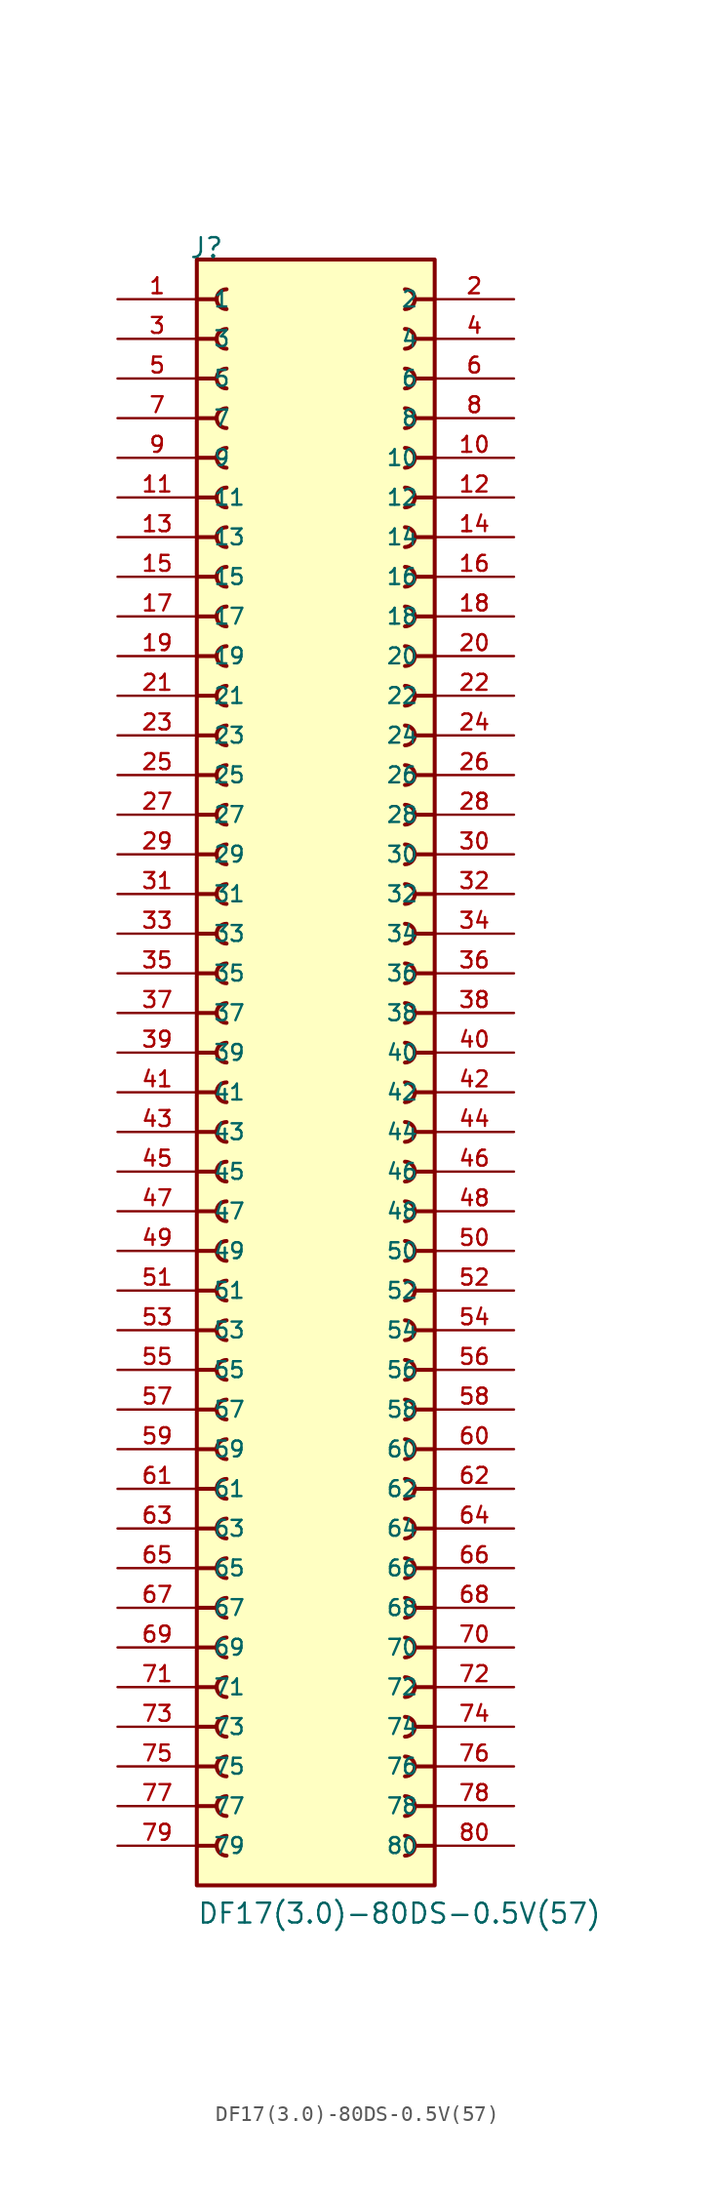
<source format=kicad_sym>
(kicad_symbol_lib
  (version 20211014)
  (generator kicad_symbol_editor)
  (symbol "DF17(3.0)-80DS-0.5V(57)"
    (pin_names
      (offset 1.016))
    (property "Reference" "J"
      (at -8.128 53.34 0)
      (effects (font (size 1.27 1.27)) (justify left bottom)))
    (property "Value" "DF17(3.0)-80DS-0.5V(57)"
      (at -7.62 -53.34 0)
      (effects (font (size 1.27 1.27)) (justify left bottom)))
    (property "ki_locked" ""
      (at 0 0 0)
      (effects (font (size 1.27 1.27))))
    (symbol "DF17(3.0)-80DS-0.5V(57)_0_0"
      (rectangle (start -7.62 -50.8) (end 7.62 53.34) (stroke (width 0.254) (type default) (color 0 0 0 0)) (fill (type background)))
      (arc (start -5.715 -47.625) (mid -6.35 -48.26) (end -5.715 -48.895) (stroke (width 0.254) (type default) (color 0 0 0 0)) (fill (type none)))
      (arc (start -5.715 -45.085) (mid -6.35 -45.72) (end -5.715 -46.355) (stroke (width 0.254) (type default) (color 0 0 0 0)) (fill (type none)))
      (arc (start -5.715 -42.545) (mid -6.35 -43.18) (end -5.715 -43.815) (stroke (width 0.254) (type default) (color 0 0 0 0)) (fill (type none)))
      (arc (start -5.715 -40.005) (mid -6.35 -40.64) (end -5.715 -41.275) (stroke (width 0.254) (type default) (color 0 0 0 0)) (fill (type none)))
      (arc (start -5.715 -37.465) (mid -6.35 -38.1) (end -5.715 -38.735) (stroke (width 0.254) (type default) (color 0 0 0 0)) (fill (type none)))
      (arc (start -5.715 -34.925) (mid -6.35 -35.56) (end -5.715 -36.195) (stroke (width 0.254) (type default) (color 0 0 0 0)) (fill (type none)))
      (arc (start -5.715 -32.385) (mid -6.35 -33.02) (end -5.715 -33.655) (stroke (width 0.254) (type default) (color 0 0 0 0)) (fill (type none)))
      (arc (start -5.715 -29.845) (mid -6.35 -30.48) (end -5.715 -31.115) (stroke (width 0.254) (type default) (color 0 0 0 0)) (fill (type none)))
      (arc (start -5.715 -27.305) (mid -6.35 -27.94) (end -5.715 -28.575) (stroke (width 0.254) (type default) (color 0 0 0 0)) (fill (type none)))
      (arc (start -5.715 -24.765) (mid -6.35 -25.4) (end -5.715 -26.035) (stroke (width 0.254) (type default) (color 0 0 0 0)) (fill (type none)))
      (arc (start -5.715 -22.225) (mid -6.35 -22.86) (end -5.715 -23.495) (stroke (width 0.254) (type default) (color 0 0 0 0)) (fill (type none)))
      (arc (start -5.715 -19.685) (mid -6.35 -20.32) (end -5.715 -20.955) (stroke (width 0.254) (type default) (color 0 0 0 0)) (fill (type none)))
      (arc (start -5.715 -17.145) (mid -6.35 -17.78) (end -5.715 -18.415) (stroke (width 0.254) (type default) (color 0 0 0 0)) (fill (type none)))
      (arc (start -5.715 -14.605) (mid -6.35 -15.24) (end -5.715 -15.875) (stroke (width 0.254) (type default) (color 0 0 0 0)) (fill (type none)))
      (arc (start -5.715 -12.065) (mid -6.35 -12.7) (end -5.715 -13.335) (stroke (width 0.254) (type default) (color 0 0 0 0)) (fill (type none)))
      (arc (start -5.715 -9.525) (mid -6.35 -10.16) (end -5.715 -10.795) (stroke (width 0.254) (type default) (color 0 0 0 0)) (fill (type none)))
      (arc (start -5.715 -6.985) (mid -6.35 -7.62) (end -5.715 -8.255) (stroke (width 0.254) (type default) (color 0 0 0 0)) (fill (type none)))
      (arc (start -5.715 -4.445) (mid -6.35 -5.08) (end -5.715 -5.715) (stroke (width 0.254) (type default) (color 0 0 0 0)) (fill (type none)))
      (arc (start -5.715 -1.905) (mid -6.35 -2.54) (end -5.715 -3.175) (stroke (width 0.254) (type default) (color 0 0 0 0)) (fill (type none)))
      (arc (start -5.715 0.635) (mid -6.35 0) (end -5.715 -0.635) (stroke (width 0.254) (type default) (color 0 0 0 0)) (fill (type none)))
      (arc (start -5.715 3.175) (mid -6.35 2.54) (end -5.715 1.905) (stroke (width 0.254) (type default) (color 0 0 0 0)) (fill (type none)))
      (arc (start -5.715 5.715) (mid -6.35 5.08) (end -5.715 4.445) (stroke (width 0.254) (type default) (color 0 0 0 0)) (fill (type none)))
      (arc (start -5.715 8.255) (mid -6.35 7.62) (end -5.715 6.985) (stroke (width 0.254) (type default) (color 0 0 0 0)) (fill (type none)))
      (arc (start -5.715 10.795) (mid -6.35 10.16) (end -5.715 9.525) (stroke (width 0.254) (type default) (color 0 0 0 0)) (fill (type none)))
      (arc (start -5.715 13.335) (mid -6.35 12.7) (end -5.715 12.065) (stroke (width 0.254) (type default) (color 0 0 0 0)) (fill (type none)))
      (arc (start -5.715 15.875) (mid -6.35 15.24) (end -5.715 14.605) (stroke (width 0.254) (type default) (color 0 0 0 0)) (fill (type none)))
      (arc (start -5.715 18.415) (mid -6.35 17.78) (end -5.715 17.145) (stroke (width 0.254) (type default) (color 0 0 0 0)) (fill (type none)))
      (arc (start -5.715 20.955) (mid -6.35 20.32) (end -5.715 19.685) (stroke (width 0.254) (type default) (color 0 0 0 0)) (fill (type none)))
      (arc (start -5.715 23.495) (mid -6.35 22.86) (end -5.715 22.225) (stroke (width 0.254) (type default) (color 0 0 0 0)) (fill (type none)))
      (arc (start -5.715 26.035) (mid -6.35 25.4) (end -5.715 24.765) (stroke (width 0.254) (type default) (color 0 0 0 0)) (fill (type none)))
      (arc (start -5.715 28.575) (mid -6.35 27.94) (end -5.715 27.305) (stroke (width 0.254) (type default) (color 0 0 0 0)) (fill (type none)))
      (arc (start -5.715 31.115) (mid -6.35 30.48) (end -5.715 29.845) (stroke (width 0.254) (type default) (color 0 0 0 0)) (fill (type none)))
      (arc (start -5.715 33.655) (mid -6.35 33.02) (end -5.715 32.385) (stroke (width 0.254) (type default) (color 0 0 0 0)) (fill (type none)))
      (arc (start -5.715 36.195) (mid -6.35 35.56) (end -5.715 34.925) (stroke (width 0.254) (type default) (color 0 0 0 0)) (fill (type none)))
      (arc (start -5.715 38.735) (mid -6.35 38.1) (end -5.715 37.465) (stroke (width 0.254) (type default) (color 0 0 0 0)) (fill (type none)))
      (arc (start -5.715 41.275) (mid -6.35 40.64) (end -5.715 40.005) (stroke (width 0.254) (type default) (color 0 0 0 0)) (fill (type none)))
      (arc (start -5.715 43.815) (mid -6.35 43.18) (end -5.715 42.545) (stroke (width 0.254) (type default) (color 0 0 0 0)) (fill (type none)))
      (arc (start -5.715 46.355) (mid -6.35 45.72) (end -5.715 45.085) (stroke (width 0.254) (type default) (color 0 0 0 0)) (fill (type none)))
      (arc (start -5.715 48.895) (mid -6.35 48.26) (end -5.715 47.625) (stroke (width 0.254) (type default) (color 0 0 0 0)) (fill (type none)))
      (arc (start -5.715 51.435) (mid -6.35 50.8) (end -5.715 50.165) (stroke (width 0.254) (type default) (color 0 0 0 0)) (fill (type none)))
      (polyline (pts (xy -7.62 -48.26) (xy -6.35 -48.26)) (stroke (width 0.254) (type default) (color 0 0 0 0)) (fill (type none)))
      (polyline (pts (xy -7.62 -45.72) (xy -6.35 -45.72)) (stroke (width 0.254) (type default) (color 0 0 0 0)) (fill (type none)))
      (polyline (pts (xy -7.62 -43.18) (xy -6.35 -43.18)) (stroke (width 0.254) (type default) (color 0 0 0 0)) (fill (type none)))
      (polyline (pts (xy -7.62 -40.64) (xy -6.35 -40.64)) (stroke (width 0.254) (type default) (color 0 0 0 0)) (fill (type none)))
      (polyline (pts (xy -7.62 -38.1) (xy -6.35 -38.1)) (stroke (width 0.254) (type default) (color 0 0 0 0)) (fill (type none)))
      (polyline (pts (xy -7.62 -35.56) (xy -6.35 -35.56)) (stroke (width 0.254) (type default) (color 0 0 0 0)) (fill (type none)))
      (polyline (pts (xy -7.62 -33.02) (xy -6.35 -33.02)) (stroke (width 0.254) (type default) (color 0 0 0 0)) (fill (type none)))
      (polyline (pts (xy -7.62 -30.48) (xy -6.35 -30.48)) (stroke (width 0.254) (type default) (color 0 0 0 0)) (fill (type none)))
      (polyline (pts (xy -7.62 -27.94) (xy -6.35 -27.94)) (stroke (width 0.254) (type default) (color 0 0 0 0)) (fill (type none)))
      (polyline (pts (xy -7.62 -25.4) (xy -6.35 -25.4)) (stroke (width 0.254) (type default) (color 0 0 0 0)) (fill (type none)))
      (polyline (pts (xy -7.62 -22.86) (xy -6.35 -22.86)) (stroke (width 0.254) (type default) (color 0 0 0 0)) (fill (type none)))
      (polyline (pts (xy -7.62 -20.32) (xy -6.35 -20.32)) (stroke (width 0.254) (type default) (color 0 0 0 0)) (fill (type none)))
      (polyline (pts (xy -7.62 -17.78) (xy -6.35 -17.78)) (stroke (width 0.254) (type default) (color 0 0 0 0)) (fill (type none)))
      (polyline (pts (xy -7.62 -15.24) (xy -6.35 -15.24)) (stroke (width 0.254) (type default) (color 0 0 0 0)) (fill (type none)))
      (polyline (pts (xy -7.62 -12.7) (xy -6.35 -12.7)) (stroke (width 0.254) (type default) (color 0 0 0 0)) (fill (type none)))
      (polyline (pts (xy -7.62 -10.16) (xy -6.35 -10.16)) (stroke (width 0.254) (type default) (color 0 0 0 0)) (fill (type none)))
      (polyline (pts (xy -7.62 -7.62) (xy -6.35 -7.62)) (stroke (width 0.254) (type default) (color 0 0 0 0)) (fill (type none)))
      (polyline (pts (xy -7.62 -5.08) (xy -6.35 -5.08)) (stroke (width 0.254) (type default) (color 0 0 0 0)) (fill (type none)))
      (polyline (pts (xy -7.62 -2.54) (xy -6.35 -2.54)) (stroke (width 0.254) (type default) (color 0 0 0 0)) (fill (type none)))
      (polyline (pts (xy -7.62 0) (xy -6.35 0)) (stroke (width 0.254) (type default) (color 0 0 0 0)) (fill (type none)))
      (polyline (pts (xy -7.62 2.54) (xy -6.35 2.54)) (stroke (width 0.254) (type default) (color 0 0 0 0)) (fill (type none)))
      (polyline (pts (xy -7.62 5.08) (xy -6.35 5.08)) (stroke (width 0.254) (type default) (color 0 0 0 0)) (fill (type none)))
      (polyline (pts (xy -7.62 7.62) (xy -6.35 7.62)) (stroke (width 0.254) (type default) (color 0 0 0 0)) (fill (type none)))
      (polyline (pts (xy -7.62 10.16) (xy -6.35 10.16)) (stroke (width 0.254) (type default) (color 0 0 0 0)) (fill (type none)))
      (polyline (pts (xy -7.62 12.7) (xy -6.35 12.7)) (stroke (width 0.254) (type default) (color 0 0 0 0)) (fill (type none)))
      (polyline (pts (xy -7.62 15.24) (xy -6.35 15.24)) (stroke (width 0.254) (type default) (color 0 0 0 0)) (fill (type none)))
      (polyline (pts (xy -7.62 17.78) (xy -6.35 17.78)) (stroke (width 0.254) (type default) (color 0 0 0 0)) (fill (type none)))
      (polyline (pts (xy -7.62 20.32) (xy -6.35 20.32)) (stroke (width 0.254) (type default) (color 0 0 0 0)) (fill (type none)))
      (polyline (pts (xy -7.62 22.86) (xy -6.35 22.86)) (stroke (width 0.254) (type default) (color 0 0 0 0)) (fill (type none)))
      (polyline (pts (xy -7.62 25.4) (xy -6.35 25.4)) (stroke (width 0.254) (type default) (color 0 0 0 0)) (fill (type none)))
      (polyline (pts (xy -7.62 27.94) (xy -6.35 27.94)) (stroke (width 0.254) (type default) (color 0 0 0 0)) (fill (type none)))
      (polyline (pts (xy -7.62 30.48) (xy -6.35 30.48)) (stroke (width 0.254) (type default) (color 0 0 0 0)) (fill (type none)))
      (polyline (pts (xy -7.62 33.02) (xy -6.35 33.02)) (stroke (width 0.254) (type default) (color 0 0 0 0)) (fill (type none)))
      (polyline (pts (xy -7.62 35.56) (xy -6.35 35.56)) (stroke (width 0.254) (type default) (color 0 0 0 0)) (fill (type none)))
      (polyline (pts (xy -7.62 38.1) (xy -6.35 38.1)) (stroke (width 0.254) (type default) (color 0 0 0 0)) (fill (type none)))
      (polyline (pts (xy -7.62 40.64) (xy -6.35 40.64)) (stroke (width 0.254) (type default) (color 0 0 0 0)) (fill (type none)))
      (polyline (pts (xy -7.62 43.18) (xy -6.35 43.18)) (stroke (width 0.254) (type default) (color 0 0 0 0)) (fill (type none)))
      (polyline (pts (xy -7.62 45.72) (xy -6.35 45.72)) (stroke (width 0.254) (type default) (color 0 0 0 0)) (fill (type none)))
      (polyline (pts (xy -7.62 48.26) (xy -6.35 48.26)) (stroke (width 0.254) (type default) (color 0 0 0 0)) (fill (type none)))
      (polyline (pts (xy -7.62 50.8) (xy -6.35 50.8)) (stroke (width 0.254) (type default) (color 0 0 0 0)) (fill (type none)))
      (polyline (pts (xy 7.62 -48.26) (xy 6.35 -48.26)) (stroke (width 0.254) (type default) (color 0 0 0 0)) (fill (type none)))
      (polyline (pts (xy 7.62 -45.72) (xy 6.35 -45.72)) (stroke (width 0.254) (type default) (color 0 0 0 0)) (fill (type none)))
      (polyline (pts (xy 7.62 -43.18) (xy 6.35 -43.18)) (stroke (width 0.254) (type default) (color 0 0 0 0)) (fill (type none)))
      (polyline (pts (xy 7.62 -40.64) (xy 6.35 -40.64)) (stroke (width 0.254) (type default) (color 0 0 0 0)) (fill (type none)))
      (polyline (pts (xy 7.62 -38.1) (xy 6.35 -38.1)) (stroke (width 0.254) (type default) (color 0 0 0 0)) (fill (type none)))
      (polyline (pts (xy 7.62 -35.56) (xy 6.35 -35.56)) (stroke (width 0.254) (type default) (color 0 0 0 0)) (fill (type none)))
      (polyline (pts (xy 7.62 -33.02) (xy 6.35 -33.02)) (stroke (width 0.254) (type default) (color 0 0 0 0)) (fill (type none)))
      (polyline (pts (xy 7.62 -30.48) (xy 6.35 -30.48)) (stroke (width 0.254) (type default) (color 0 0 0 0)) (fill (type none)))
      (polyline (pts (xy 7.62 -27.94) (xy 6.35 -27.94)) (stroke (width 0.254) (type default) (color 0 0 0 0)) (fill (type none)))
      (polyline (pts (xy 7.62 -25.4) (xy 6.35 -25.4)) (stroke (width 0.254) (type default) (color 0 0 0 0)) (fill (type none)))
      (polyline (pts (xy 7.62 -22.86) (xy 6.35 -22.86)) (stroke (width 0.254) (type default) (color 0 0 0 0)) (fill (type none)))
      (polyline (pts (xy 7.62 -20.32) (xy 6.35 -20.32)) (stroke (width 0.254) (type default) (color 0 0 0 0)) (fill (type none)))
      (polyline (pts (xy 7.62 -17.78) (xy 6.35 -17.78)) (stroke (width 0.254) (type default) (color 0 0 0 0)) (fill (type none)))
      (polyline (pts (xy 7.62 -15.24) (xy 6.35 -15.24)) (stroke (width 0.254) (type default) (color 0 0 0 0)) (fill (type none)))
      (polyline (pts (xy 7.62 -12.7) (xy 6.35 -12.7)) (stroke (width 0.254) (type default) (color 0 0 0 0)) (fill (type none)))
      (polyline (pts (xy 7.62 -10.16) (xy 6.35 -10.16)) (stroke (width 0.254) (type default) (color 0 0 0 0)) (fill (type none)))
      (polyline (pts (xy 7.62 -7.62) (xy 6.35 -7.62)) (stroke (width 0.254) (type default) (color 0 0 0 0)) (fill (type none)))
      (polyline (pts (xy 7.62 -5.08) (xy 6.35 -5.08)) (stroke (width 0.254) (type default) (color 0 0 0 0)) (fill (type none)))
      (polyline (pts (xy 7.62 -2.54) (xy 6.35 -2.54)) (stroke (width 0.254) (type default) (color 0 0 0 0)) (fill (type none)))
      (polyline (pts (xy 7.62 0) (xy 6.35 0)) (stroke (width 0.254) (type default) (color 0 0 0 0)) (fill (type none)))
      (polyline (pts (xy 7.62 2.54) (xy 6.35 2.54)) (stroke (width 0.254) (type default) (color 0 0 0 0)) (fill (type none)))
      (polyline (pts (xy 7.62 5.08) (xy 6.35 5.08)) (stroke (width 0.254) (type default) (color 0 0 0 0)) (fill (type none)))
      (polyline (pts (xy 7.62 7.62) (xy 6.35 7.62)) (stroke (width 0.254) (type default) (color 0 0 0 0)) (fill (type none)))
      (polyline (pts (xy 7.62 10.16) (xy 6.35 10.16)) (stroke (width 0.254) (type default) (color 0 0 0 0)) (fill (type none)))
      (polyline (pts (xy 7.62 12.7) (xy 6.35 12.7)) (stroke (width 0.254) (type default) (color 0 0 0 0)) (fill (type none)))
      (polyline (pts (xy 7.62 15.24) (xy 6.35 15.24)) (stroke (width 0.254) (type default) (color 0 0 0 0)) (fill (type none)))
      (polyline (pts (xy 7.62 17.78) (xy 6.35 17.78)) (stroke (width 0.254) (type default) (color 0 0 0 0)) (fill (type none)))
      (polyline (pts (xy 7.62 20.32) (xy 6.35 20.32)) (stroke (width 0.254) (type default) (color 0 0 0 0)) (fill (type none)))
      (polyline (pts (xy 7.62 22.86) (xy 6.35 22.86)) (stroke (width 0.254) (type default) (color 0 0 0 0)) (fill (type none)))
      (polyline (pts (xy 7.62 25.4) (xy 6.35 25.4)) (stroke (width 0.254) (type default) (color 0 0 0 0)) (fill (type none)))
      (polyline (pts (xy 7.62 27.94) (xy 6.35 27.94)) (stroke (width 0.254) (type default) (color 0 0 0 0)) (fill (type none)))
      (polyline (pts (xy 7.62 30.48) (xy 6.35 30.48)) (stroke (width 0.254) (type default) (color 0 0 0 0)) (fill (type none)))
      (polyline (pts (xy 7.62 33.02) (xy 6.35 33.02)) (stroke (width 0.254) (type default) (color 0 0 0 0)) (fill (type none)))
      (polyline (pts (xy 7.62 35.56) (xy 6.35 35.56)) (stroke (width 0.254) (type default) (color 0 0 0 0)) (fill (type none)))
      (polyline (pts (xy 7.62 38.1) (xy 6.35 38.1)) (stroke (width 0.254) (type default) (color 0 0 0 0)) (fill (type none)))
      (polyline (pts (xy 7.62 40.64) (xy 6.35 40.64)) (stroke (width 0.254) (type default) (color 0 0 0 0)) (fill (type none)))
      (polyline (pts (xy 7.62 43.18) (xy 6.35 43.18)) (stroke (width 0.254) (type default) (color 0 0 0 0)) (fill (type none)))
      (polyline (pts (xy 7.62 45.72) (xy 6.35 45.72)) (stroke (width 0.254) (type default) (color 0 0 0 0)) (fill (type none)))
      (polyline (pts (xy 7.62 48.26) (xy 6.35 48.26)) (stroke (width 0.254) (type default) (color 0 0 0 0)) (fill (type none)))
      (polyline (pts (xy 7.62 50.8) (xy 6.35 50.8)) (stroke (width 0.254) (type default) (color 0 0 0 0)) (fill (type none)))
      (arc (start 5.715 -48.895) (mid 6.35 -48.26) (end 5.715 -47.625) (stroke (width 0.254) (type default) (color 0 0 0 0)) (fill (type none)))
      (arc (start 5.715 -46.355) (mid 6.35 -45.72) (end 5.715 -45.085) (stroke (width 0.254) (type default) (color 0 0 0 0)) (fill (type none)))
      (arc (start 5.715 -43.815) (mid 6.35 -43.18) (end 5.715 -42.545) (stroke (width 0.254) (type default) (color 0 0 0 0)) (fill (type none)))
      (arc (start 5.715 -41.275) (mid 6.35 -40.64) (end 5.715 -40.005) (stroke (width 0.254) (type default) (color 0 0 0 0)) (fill (type none)))
      (arc (start 5.715 -38.735) (mid 6.35 -38.1) (end 5.715 -37.465) (stroke (width 0.254) (type default) (color 0 0 0 0)) (fill (type none)))
      (arc (start 5.715 -36.195) (mid 6.35 -35.56) (end 5.715 -34.925) (stroke (width 0.254) (type default) (color 0 0 0 0)) (fill (type none)))
      (arc (start 5.715 -33.655) (mid 6.35 -33.02) (end 5.715 -32.385) (stroke (width 0.254) (type default) (color 0 0 0 0)) (fill (type none)))
      (arc (start 5.715 -31.115) (mid 6.35 -30.48) (end 5.715 -29.845) (stroke (width 0.254) (type default) (color 0 0 0 0)) (fill (type none)))
      (arc (start 5.715 -28.575) (mid 6.35 -27.94) (end 5.715 -27.305) (stroke (width 0.254) (type default) (color 0 0 0 0)) (fill (type none)))
      (arc (start 5.715 -26.035) (mid 6.35 -25.4) (end 5.715 -24.765) (stroke (width 0.254) (type default) (color 0 0 0 0)) (fill (type none)))
      (arc (start 5.715 -23.495) (mid 6.35 -22.86) (end 5.715 -22.225) (stroke (width 0.254) (type default) (color 0 0 0 0)) (fill (type none)))
      (arc (start 5.715 -20.955) (mid 6.35 -20.32) (end 5.715 -19.685) (stroke (width 0.254) (type default) (color 0 0 0 0)) (fill (type none)))
      (arc (start 5.715 -18.415) (mid 6.35 -17.78) (end 5.715 -17.145) (stroke (width 0.254) (type default) (color 0 0 0 0)) (fill (type none)))
      (arc (start 5.715 -15.875) (mid 6.35 -15.24) (end 5.715 -14.605) (stroke (width 0.254) (type default) (color 0 0 0 0)) (fill (type none)))
      (arc (start 5.715 -13.335) (mid 6.35 -12.7) (end 5.715 -12.065) (stroke (width 0.254) (type default) (color 0 0 0 0)) (fill (type none)))
      (arc (start 5.715 -10.795) (mid 6.35 -10.16) (end 5.715 -9.525) (stroke (width 0.254) (type default) (color 0 0 0 0)) (fill (type none)))
      (arc (start 5.715 -8.255) (mid 6.35 -7.62) (end 5.715 -6.985) (stroke (width 0.254) (type default) (color 0 0 0 0)) (fill (type none)))
      (arc (start 5.715 -5.715) (mid 6.35 -5.08) (end 5.715 -4.445) (stroke (width 0.254) (type default) (color 0 0 0 0)) (fill (type none)))
      (arc (start 5.715 -3.175) (mid 6.35 -2.54) (end 5.715 -1.905) (stroke (width 0.254) (type default) (color 0 0 0 0)) (fill (type none)))
      (arc (start 5.715 -0.635) (mid 6.35 0) (end 5.715 0.635) (stroke (width 0.254) (type default) (color 0 0 0 0)) (fill (type none)))
      (arc (start 5.715 1.905) (mid 6.35 2.54) (end 5.715 3.175) (stroke (width 0.254) (type default) (color 0 0 0 0)) (fill (type none)))
      (arc (start 5.715 4.445) (mid 6.35 5.08) (end 5.715 5.715) (stroke (width 0.254) (type default) (color 0 0 0 0)) (fill (type none)))
      (arc (start 5.715 6.985) (mid 6.35 7.62) (end 5.715 8.255) (stroke (width 0.254) (type default) (color 0 0 0 0)) (fill (type none)))
      (arc (start 5.715 9.525) (mid 6.35 10.16) (end 5.715 10.795) (stroke (width 0.254) (type default) (color 0 0 0 0)) (fill (type none)))
      (arc (start 5.715 12.065) (mid 6.35 12.7) (end 5.715 13.335) (stroke (width 0.254) (type default) (color 0 0 0 0)) (fill (type none)))
      (arc (start 5.715 14.605) (mid 6.35 15.24) (end 5.715 15.875) (stroke (width 0.254) (type default) (color 0 0 0 0)) (fill (type none)))
      (arc (start 5.715 17.145) (mid 6.35 17.78) (end 5.715 18.415) (stroke (width 0.254) (type default) (color 0 0 0 0)) (fill (type none)))
      (arc (start 5.715 19.685) (mid 6.35 20.32) (end 5.715 20.955) (stroke (width 0.254) (type default) (color 0 0 0 0)) (fill (type none)))
      (arc (start 5.715 22.225) (mid 6.35 22.86) (end 5.715 23.495) (stroke (width 0.254) (type default) (color 0 0 0 0)) (fill (type none)))
      (arc (start 5.715 24.765) (mid 6.35 25.4) (end 5.715 26.035) (stroke (width 0.254) (type default) (color 0 0 0 0)) (fill (type none)))
      (arc (start 5.715 27.305) (mid 6.35 27.94) (end 5.715 28.575) (stroke (width 0.254) (type default) (color 0 0 0 0)) (fill (type none)))
      (arc (start 5.715 29.845) (mid 6.35 30.48) (end 5.715 31.115) (stroke (width 0.254) (type default) (color 0 0 0 0)) (fill (type none)))
      (arc (start 5.715 32.385) (mid 6.35 33.02) (end 5.715 33.655) (stroke (width 0.254) (type default) (color 0 0 0 0)) (fill (type none)))
      (arc (start 5.715 34.925) (mid 6.35 35.56) (end 5.715 36.195) (stroke (width 0.254) (type default) (color 0 0 0 0)) (fill (type none)))
      (arc (start 5.715 37.465) (mid 6.35 38.1) (end 5.715 38.735) (stroke (width 0.254) (type default) (color 0 0 0 0)) (fill (type none)))
      (arc (start 5.715 40.005) (mid 6.35 40.64) (end 5.715 41.275) (stroke (width 0.254) (type default) (color 0 0 0 0)) (fill (type none)))
      (arc (start 5.715 42.545) (mid 6.35 43.18) (end 5.715 43.815) (stroke (width 0.254) (type default) (color 0 0 0 0)) (fill (type none)))
      (arc (start 5.715 45.085) (mid 6.35 45.72) (end 5.715 46.355) (stroke (width 0.254) (type default) (color 0 0 0 0)) (fill (type none)))
      (arc (start 5.715 47.625) (mid 6.35 48.26) (end 5.715 48.895) (stroke (width 0.254) (type default) (color 0 0 0 0)) (fill (type none)))
      (arc (start 5.715 50.165) (mid 6.35 50.8) (end 5.715 51.435) (stroke (width 0.254) (type default) (color 0 0 0 0)) (fill (type none)))
      (pin passive line (at -12.7 50.8 0) (length 5.08) (name "1" (effects (font (size 1.016 1.016)))) (number "1" (effects (font (size 1.016 1.016)))))
      (pin passive line (at 12.7 40.64 180) (length 5.08) (name "10" (effects (font (size 1.016 1.016)))) (number "10" (effects (font (size 1.016 1.016)))))
      (pin passive line (at -12.7 38.1 0) (length 5.08) (name "11" (effects (font (size 1.016 1.016)))) (number "11" (effects (font (size 1.016 1.016)))))
      (pin passive line (at 12.7 38.1 180) (length 5.08) (name "12" (effects (font (size 1.016 1.016)))) (number "12" (effects (font (size 1.016 1.016)))))
      (pin passive line (at -12.7 35.56 0) (length 5.08) (name "13" (effects (font (size 1.016 1.016)))) (number "13" (effects (font (size 1.016 1.016)))))
      (pin passive line (at 12.7 35.56 180) (length 5.08) (name "14" (effects (font (size 1.016 1.016)))) (number "14" (effects (font (size 1.016 1.016)))))
      (pin passive line (at -12.7 33.02 0) (length 5.08) (name "15" (effects (font (size 1.016 1.016)))) (number "15" (effects (font (size 1.016 1.016)))))
      (pin passive line (at 12.7 33.02 180) (length 5.08) (name "16" (effects (font (size 1.016 1.016)))) (number "16" (effects (font (size 1.016 1.016)))))
      (pin passive line (at -12.7 30.48 0) (length 5.08) (name "17" (effects (font (size 1.016 1.016)))) (number "17" (effects (font (size 1.016 1.016)))))
      (pin passive line (at 12.7 30.48 180) (length 5.08) (name "18" (effects (font (size 1.016 1.016)))) (number "18" (effects (font (size 1.016 1.016)))))
      (pin passive line (at -12.7 27.94 0) (length 5.08) (name "19" (effects (font (size 1.016 1.016)))) (number "19" (effects (font (size 1.016 1.016)))))
      (pin passive line (at 12.7 50.8 180) (length 5.08) (name "2" (effects (font (size 1.016 1.016)))) (number "2" (effects (font (size 1.016 1.016)))))
      (pin passive line (at 12.7 27.94 180) (length 5.08) (name "20" (effects (font (size 1.016 1.016)))) (number "20" (effects (font (size 1.016 1.016)))))
      (pin passive line (at -12.7 25.4 0) (length 5.08) (name "21" (effects (font (size 1.016 1.016)))) (number "21" (effects (font (size 1.016 1.016)))))
      (pin passive line (at 12.7 25.4 180) (length 5.08) (name "22" (effects (font (size 1.016 1.016)))) (number "22" (effects (font (size 1.016 1.016)))))
      (pin passive line (at -12.7 22.86 0) (length 5.08) (name "23" (effects (font (size 1.016 1.016)))) (number "23" (effects (font (size 1.016 1.016)))))
      (pin passive line (at 12.7 22.86 180) (length 5.08) (name "24" (effects (font (size 1.016 1.016)))) (number "24" (effects (font (size 1.016 1.016)))))
      (pin passive line (at -12.7 20.32 0) (length 5.08) (name "25" (effects (font (size 1.016 1.016)))) (number "25" (effects (font (size 1.016 1.016)))))
      (pin passive line (at 12.7 20.32 180) (length 5.08) (name "26" (effects (font (size 1.016 1.016)))) (number "26" (effects (font (size 1.016 1.016)))))
      (pin passive line (at -12.7 17.78 0) (length 5.08) (name "27" (effects (font (size 1.016 1.016)))) (number "27" (effects (font (size 1.016 1.016)))))
      (pin passive line (at 12.7 17.78 180) (length 5.08) (name "28" (effects (font (size 1.016 1.016)))) (number "28" (effects (font (size 1.016 1.016)))))
      (pin passive line (at -12.7 15.24 0) (length 5.08) (name "29" (effects (font (size 1.016 1.016)))) (number "29" (effects (font (size 1.016 1.016)))))
      (pin passive line (at -12.7 48.26 0) (length 5.08) (name "3" (effects (font (size 1.016 1.016)))) (number "3" (effects (font (size 1.016 1.016)))))
      (pin passive line (at 12.7 15.24 180) (length 5.08) (name "30" (effects (font (size 1.016 1.016)))) (number "30" (effects (font (size 1.016 1.016)))))
      (pin passive line (at -12.7 12.7 0) (length 5.08) (name "31" (effects (font (size 1.016 1.016)))) (number "31" (effects (font (size 1.016 1.016)))))
      (pin passive line (at 12.7 12.7 180) (length 5.08) (name "32" (effects (font (size 1.016 1.016)))) (number "32" (effects (font (size 1.016 1.016)))))
      (pin passive line (at -12.7 10.16 0) (length 5.08) (name "33" (effects (font (size 1.016 1.016)))) (number "33" (effects (font (size 1.016 1.016)))))
      (pin passive line (at 12.7 10.16 180) (length 5.08) (name "34" (effects (font (size 1.016 1.016)))) (number "34" (effects (font (size 1.016 1.016)))))
      (pin passive line (at -12.7 7.62 0) (length 5.08) (name "35" (effects (font (size 1.016 1.016)))) (number "35" (effects (font (size 1.016 1.016)))))
      (pin passive line (at 12.7 7.62 180) (length 5.08) (name "36" (effects (font (size 1.016 1.016)))) (number "36" (effects (font (size 1.016 1.016)))))
      (pin passive line (at -12.7 5.08 0) (length 5.08) (name "37" (effects (font (size 1.016 1.016)))) (number "37" (effects (font (size 1.016 1.016)))))
      (pin passive line (at 12.7 5.08 180) (length 5.08) (name "38" (effects (font (size 1.016 1.016)))) (number "38" (effects (font (size 1.016 1.016)))))
      (pin passive line (at -12.7 2.54 0) (length 5.08) (name "39" (effects (font (size 1.016 1.016)))) (number "39" (effects (font (size 1.016 1.016)))))
      (pin passive line (at 12.7 48.26 180) (length 5.08) (name "4" (effects (font (size 1.016 1.016)))) (number "4" (effects (font (size 1.016 1.016)))))
      (pin passive line (at 12.7 2.54 180) (length 5.08) (name "40" (effects (font (size 1.016 1.016)))) (number "40" (effects (font (size 1.016 1.016)))))
      (pin passive line (at -12.7 0 0) (length 5.08) (name "41" (effects (font (size 1.016 1.016)))) (number "41" (effects (font (size 1.016 1.016)))))
      (pin passive line (at 12.7 0 180) (length 5.08) (name "42" (effects (font (size 1.016 1.016)))) (number "42" (effects (font (size 1.016 1.016)))))
      (pin passive line (at -12.7 -2.54 0) (length 5.08) (name "43" (effects (font (size 1.016 1.016)))) (number "43" (effects (font (size 1.016 1.016)))))
      (pin passive line (at 12.7 -2.54 180) (length 5.08) (name "44" (effects (font (size 1.016 1.016)))) (number "44" (effects (font (size 1.016 1.016)))))
      (pin passive line (at -12.7 -5.08 0) (length 5.08) (name "45" (effects (font (size 1.016 1.016)))) (number "45" (effects (font (size 1.016 1.016)))))
      (pin passive line (at 12.7 -5.08 180) (length 5.08) (name "46" (effects (font (size 1.016 1.016)))) (number "46" (effects (font (size 1.016 1.016)))))
      (pin passive line (at -12.7 -7.62 0) (length 5.08) (name "47" (effects (font (size 1.016 1.016)))) (number "47" (effects (font (size 1.016 1.016)))))
      (pin passive line (at 12.7 -7.62 180) (length 5.08) (name "48" (effects (font (size 1.016 1.016)))) (number "48" (effects (font (size 1.016 1.016)))))
      (pin passive line (at -12.7 -10.16 0) (length 5.08) (name "49" (effects (font (size 1.016 1.016)))) (number "49" (effects (font (size 1.016 1.016)))))
      (pin passive line (at -12.7 45.72 0) (length 5.08) (name "5" (effects (font (size 1.016 1.016)))) (number "5" (effects (font (size 1.016 1.016)))))
      (pin passive line (at 12.7 -10.16 180) (length 5.08) (name "50" (effects (font (size 1.016 1.016)))) (number "50" (effects (font (size 1.016 1.016)))))
      (pin passive line (at -12.7 -12.7 0) (length 5.08) (name "51" (effects (font (size 1.016 1.016)))) (number "51" (effects (font (size 1.016 1.016)))))
      (pin passive line (at 12.7 -12.7 180) (length 5.08) (name "52" (effects (font (size 1.016 1.016)))) (number "52" (effects (font (size 1.016 1.016)))))
      (pin passive line (at -12.7 -15.24 0) (length 5.08) (name "53" (effects (font (size 1.016 1.016)))) (number "53" (effects (font (size 1.016 1.016)))))
      (pin passive line (at 12.7 -15.24 180) (length 5.08) (name "54" (effects (font (size 1.016 1.016)))) (number "54" (effects (font (size 1.016 1.016)))))
      (pin passive line (at -12.7 -17.78 0) (length 5.08) (name "55" (effects (font (size 1.016 1.016)))) (number "55" (effects (font (size 1.016 1.016)))))
      (pin passive line (at 12.7 -17.78 180) (length 5.08) (name "56" (effects (font (size 1.016 1.016)))) (number "56" (effects (font (size 1.016 1.016)))))
      (pin passive line (at -12.7 -20.32 0) (length 5.08) (name "57" (effects (font (size 1.016 1.016)))) (number "57" (effects (font (size 1.016 1.016)))))
      (pin passive line (at 12.7 -20.32 180) (length 5.08) (name "58" (effects (font (size 1.016 1.016)))) (number "58" (effects (font (size 1.016 1.016)))))
      (pin passive line (at -12.7 -22.86 0) (length 5.08) (name "59" (effects (font (size 1.016 1.016)))) (number "59" (effects (font (size 1.016 1.016)))))
      (pin passive line (at 12.7 45.72 180) (length 5.08) (name "6" (effects (font (size 1.016 1.016)))) (number "6" (effects (font (size 1.016 1.016)))))
      (pin passive line (at 12.7 -22.86 180) (length 5.08) (name "60" (effects (font (size 1.016 1.016)))) (number "60" (effects (font (size 1.016 1.016)))))
      (pin passive line (at -12.7 -25.4 0) (length 5.08) (name "61" (effects (font (size 1.016 1.016)))) (number "61" (effects (font (size 1.016 1.016)))))
      (pin passive line (at 12.7 -25.4 180) (length 5.08) (name "62" (effects (font (size 1.016 1.016)))) (number "62" (effects (font (size 1.016 1.016)))))
      (pin passive line (at -12.7 -27.94 0) (length 5.08) (name "63" (effects (font (size 1.016 1.016)))) (number "63" (effects (font (size 1.016 1.016)))))
      (pin passive line (at 12.7 -27.94 180) (length 5.08) (name "64" (effects (font (size 1.016 1.016)))) (number "64" (effects (font (size 1.016 1.016)))))
      (pin passive line (at -12.7 -30.48 0) (length 5.08) (name "65" (effects (font (size 1.016 1.016)))) (number "65" (effects (font (size 1.016 1.016)))))
      (pin passive line (at 12.7 -30.48 180) (length 5.08) (name "66" (effects (font (size 1.016 1.016)))) (number "66" (effects (font (size 1.016 1.016)))))
      (pin passive line (at -12.7 -33.02 0) (length 5.08) (name "67" (effects (font (size 1.016 1.016)))) (number "67" (effects (font (size 1.016 1.016)))))
      (pin passive line (at 12.7 -33.02 180) (length 5.08) (name "68" (effects (font (size 1.016 1.016)))) (number "68" (effects (font (size 1.016 1.016)))))
      (pin passive line (at -12.7 -35.56 0) (length 5.08) (name "69" (effects (font (size 1.016 1.016)))) (number "69" (effects (font (size 1.016 1.016)))))
      (pin passive line (at -12.7 43.18 0) (length 5.08) (name "7" (effects (font (size 1.016 1.016)))) (number "7" (effects (font (size 1.016 1.016)))))
      (pin passive line (at 12.7 -35.56 180) (length 5.08) (name "70" (effects (font (size 1.016 1.016)))) (number "70" (effects (font (size 1.016 1.016)))))
      (pin passive line (at -12.7 -38.1 0) (length 5.08) (name "71" (effects (font (size 1.016 1.016)))) (number "71" (effects (font (size 1.016 1.016)))))
      (pin passive line (at 12.7 -38.1 180) (length 5.08) (name "72" (effects (font (size 1.016 1.016)))) (number "72" (effects (font (size 1.016 1.016)))))
      (pin passive line (at -12.7 -40.64 0) (length 5.08) (name "73" (effects (font (size 1.016 1.016)))) (number "73" (effects (font (size 1.016 1.016)))))
      (pin passive line (at 12.7 -40.64 180) (length 5.08) (name "74" (effects (font (size 1.016 1.016)))) (number "74" (effects (font (size 1.016 1.016)))))
      (pin passive line (at -12.7 -43.18 0) (length 5.08) (name "75" (effects (font (size 1.016 1.016)))) (number "75" (effects (font (size 1.016 1.016)))))
      (pin passive line (at 12.7 -43.18 180) (length 5.08) (name "76" (effects (font (size 1.016 1.016)))) (number "76" (effects (font (size 1.016 1.016)))))
      (pin passive line (at -12.7 -45.72 0) (length 5.08) (name "77" (effects (font (size 1.016 1.016)))) (number "77" (effects (font (size 1.016 1.016)))))
      (pin passive line (at 12.7 -45.72 180) (length 5.08) (name "78" (effects (font (size 1.016 1.016)))) (number "78" (effects (font (size 1.016 1.016)))))
      (pin passive line (at -12.7 -48.26 0) (length 5.08) (name "79" (effects (font (size 1.016 1.016)))) (number "79" (effects (font (size 1.016 1.016)))))
      (pin passive line (at 12.7 43.18 180) (length 5.08) (name "8" (effects (font (size 1.016 1.016)))) (number "8" (effects (font (size 1.016 1.016)))))
      (pin passive line (at 12.7 -48.26 180) (length 5.08) (name "80" (effects (font (size 1.016 1.016)))) (number "80" (effects (font (size 1.016 1.016)))))
      (pin passive line (at -12.7 40.64 0) (length 5.08) (name "9" (effects (font (size 1.016 1.016)))) (number "9" (effects (font (size 1.016 1.016))))))))
</source>
